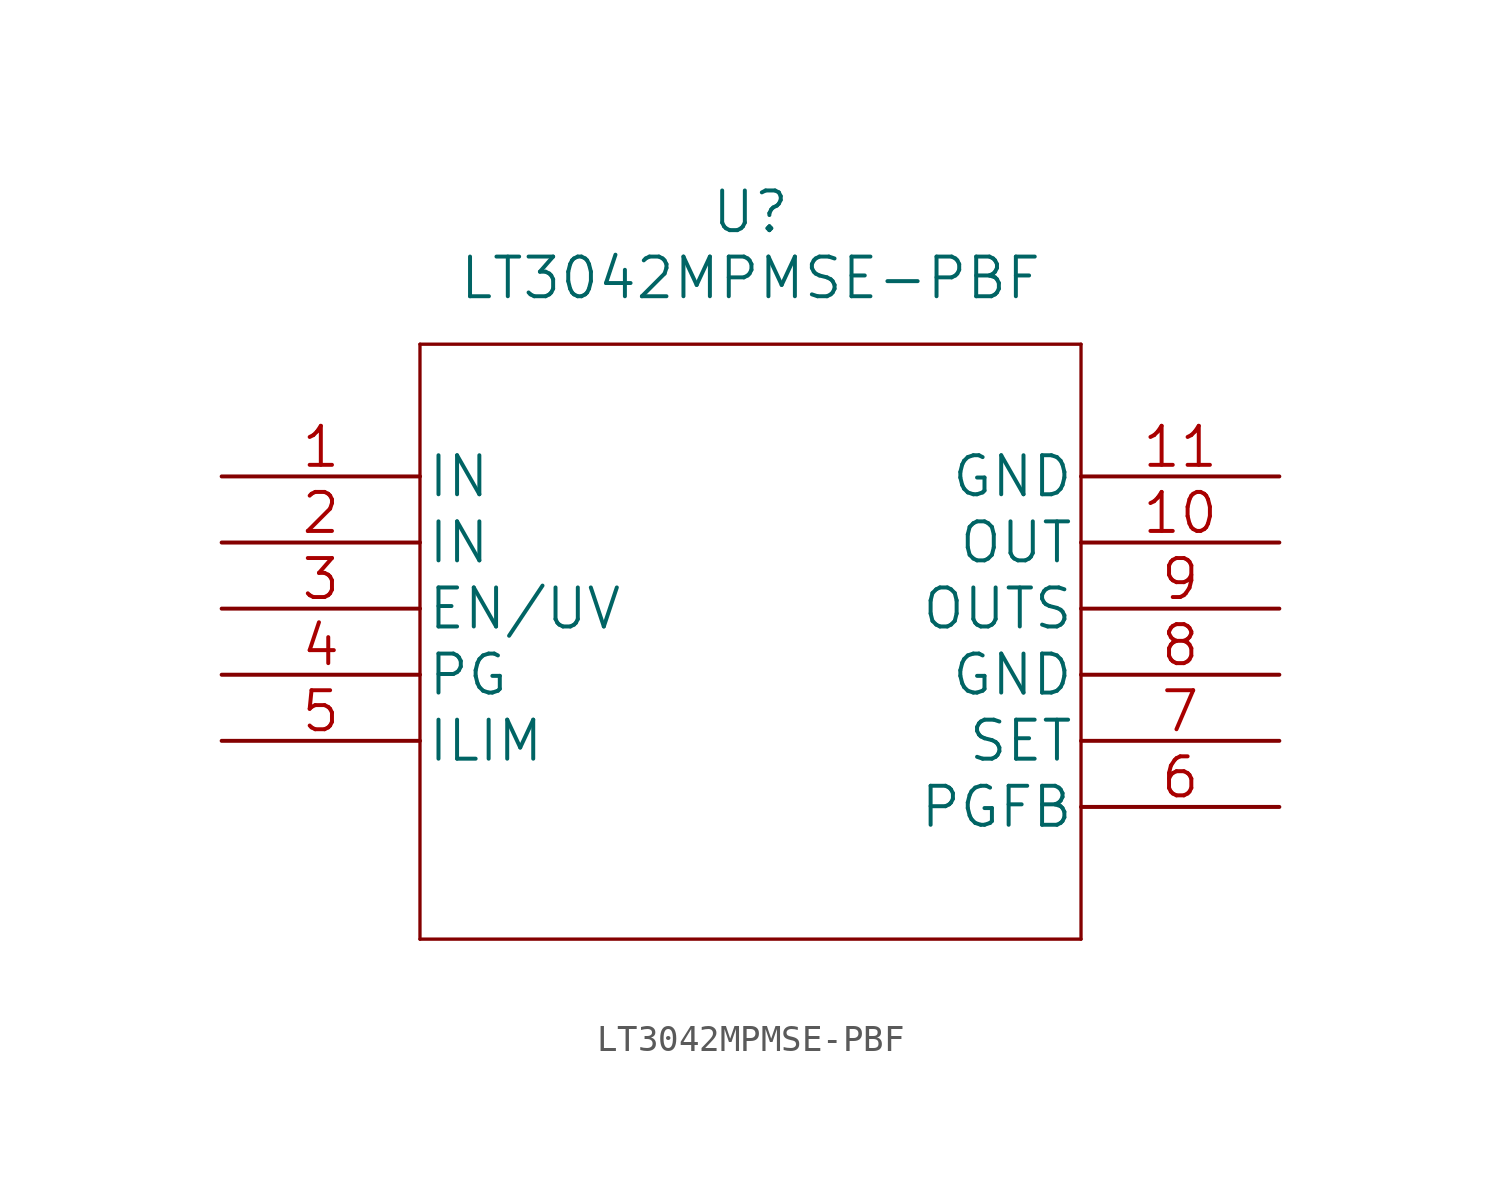
<source format=kicad_sym>
(kicad_symbol_lib
  (version 20211014)
  (generator kicad_symbol_editor)
  (symbol "LT3042MPMSE-PBF"
    (pin_names
      (offset 0.254))
    (property "Reference" "U"
      (at 20.32 10.16 0)
      (effects (font (size 1.524 1.524))))
    (property "Value" "LT3042MPMSE-PBF"
      (at 20.32 7.62 0)
      (effects (font (size 1.524 1.524))))
    (property "Datasheet" ""
      (at 0 0 0)
      (effects (font (size 1.524 1.524))))
    (symbol "LT3042MPMSE-PBF_1_1"
      (polyline (pts (xy 7.62 -17.78) (xy 33.02 -17.78)) (stroke (width 0.127) (type default) (color 0 0 0 0)) (fill (type none)))
      (polyline (pts (xy 7.62 5.08) (xy 7.62 -17.78)) (stroke (width 0.127) (type default) (color 0 0 0 0)) (fill (type none)))
      (polyline (pts (xy 33.02 -17.78) (xy 33.02 5.08)) (stroke (width 0.127) (type default) (color 0 0 0 0)) (fill (type none)))
      (polyline (pts (xy 33.02 5.08) (xy 7.62 5.08)) (stroke (width 0.127) (type default) (color 0 0 0 0)) (fill (type none)))
      (pin power_in line (at 0 0 0) (length 7.62) (name "IN" (effects (font (size 1.499 1.499)))) (number "1" (effects (font (size 1.499 1.499)))))
      (pin power_out line (at 40.64 -2.54 180) (length 7.62) (name "OUT" (effects (font (size 1.499 1.499)))) (number "10" (effects (font (size 1.499 1.499)))))
      (pin input line (at 40.64 0 180) (length 7.62) (name "GND" (effects (font (size 1.499 1.499)))) (number "11" (effects (font (size 1.499 1.499)))))
      (pin power_in line (at 0 -2.54 0) (length 7.62) (name "IN" (effects (font (size 1.499 1.499)))) (number "2" (effects (font (size 1.499 1.499)))))
      (pin input line (at 0 -5.08 0) (length 7.62) (name "EN/UV" (effects (font (size 1.499 1.499)))) (number "3" (effects (font (size 1.499 1.499)))))
      (pin input line (at 0 -7.62 0) (length 7.62) (name "PG" (effects (font (size 1.499 1.499)))) (number "4" (effects (font (size 1.499 1.499)))))
      (pin input line (at 0 -10.16 0) (length 7.62) (name "ILIM" (effects (font (size 1.499 1.499)))) (number "5" (effects (font (size 1.499 1.499)))))
      (pin input line (at 40.64 -12.7 180) (length 7.62) (name "PGFB" (effects (font (size 1.499 1.499)))) (number "6" (effects (font (size 1.499 1.499)))))
      (pin input line (at 40.64 -10.16 180) (length 7.62) (name "SET" (effects (font (size 1.499 1.499)))) (number "7" (effects (font (size 1.499 1.499)))))
      (pin power_in line (at 40.64 -7.62 180) (length 7.62) (name "GND" (effects (font (size 1.499 1.499)))) (number "8" (effects (font (size 1.499 1.499)))))
      (pin input line (at 40.64 -5.08 180) (length 7.62) (name "OUTS" (effects (font (size 1.499 1.499)))) (number "9" (effects (font (size 1.499 1.499))))))))
</source>
